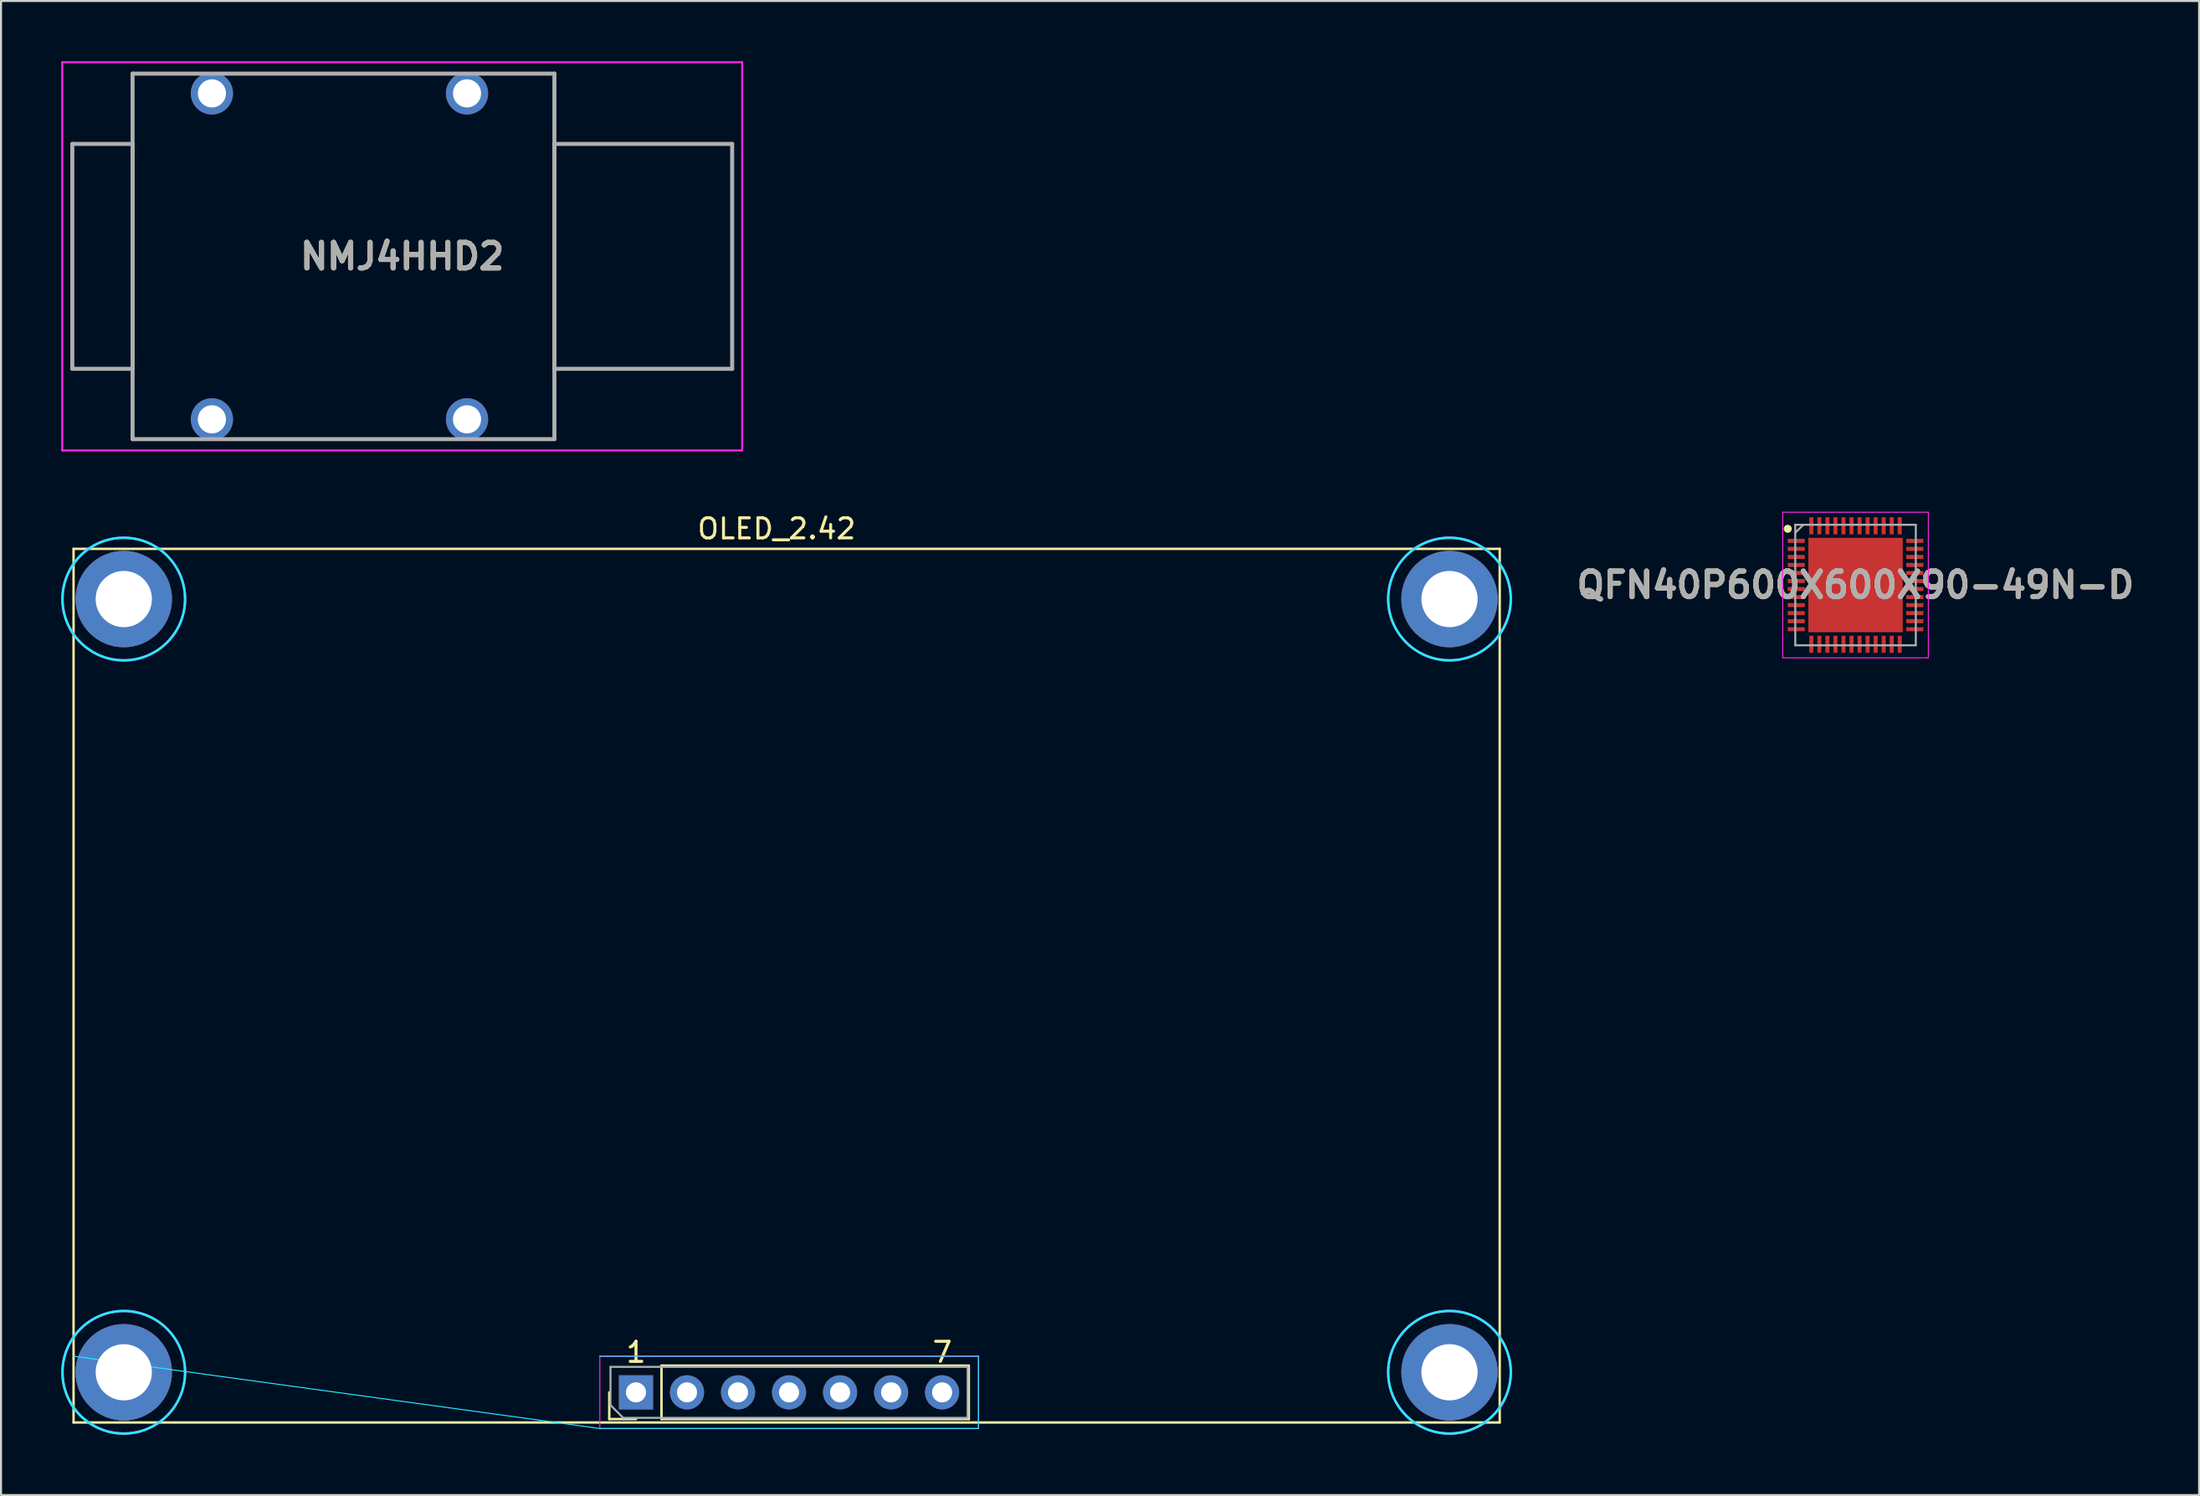
<source format=kicad_pcb>
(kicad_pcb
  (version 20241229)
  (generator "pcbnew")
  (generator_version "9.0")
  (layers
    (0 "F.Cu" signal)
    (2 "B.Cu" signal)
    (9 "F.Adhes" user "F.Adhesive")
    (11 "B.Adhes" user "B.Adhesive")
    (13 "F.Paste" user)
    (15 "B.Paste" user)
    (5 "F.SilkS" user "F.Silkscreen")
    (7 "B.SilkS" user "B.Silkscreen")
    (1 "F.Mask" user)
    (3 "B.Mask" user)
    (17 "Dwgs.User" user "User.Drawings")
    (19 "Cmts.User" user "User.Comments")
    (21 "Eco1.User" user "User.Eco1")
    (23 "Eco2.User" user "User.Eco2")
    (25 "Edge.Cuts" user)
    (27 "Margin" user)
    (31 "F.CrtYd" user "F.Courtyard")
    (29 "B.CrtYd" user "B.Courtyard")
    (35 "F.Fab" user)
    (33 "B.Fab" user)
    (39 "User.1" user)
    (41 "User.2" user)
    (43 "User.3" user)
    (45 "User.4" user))
  (footprint "NMJ4HHD2"
    (layer "F.Cu")
    (at 20.2 1.6)
    (property "Reference" "NMJ4HHD2" (at -3.225 8.115 0) (layer "F.SilkS") (effects (font (size 1.27 1.27) (thickness 0.254))))
    (attr through_hole)
    (fp_line (start -16.65 -0.985) (end -16.65 17.215) (stroke (width 0.1) (type solid)) (layer "F.SilkS"))
    (fp_line (start -16.65 17.215) (end -14.15 17.215) (stroke (width 0.1) (type solid)) (layer "F.SilkS"))
    (fp_line (start -14.15 -0.985) (end -16.65 -0.985) (stroke (width 0.1) (type solid)) (layer "F.SilkS"))
    (fp_line (start -11.15 -0.985) (end -1.65 -0.985) (stroke (width 0.1) (type solid)) (layer "F.SilkS"))
    (fp_line (start -11.15 17.215) (end -1.65 17.215) (stroke (width 0.1) (type solid)) (layer "F.SilkS"))
    (fp_line (start 1.35 -0.985) (end 4.35 -0.985) (stroke (width 0.1) (type solid)) (layer "F.SilkS"))
    (fp_line (start 4.35 -0.985) (end 4.35 17.215) (stroke (width 0.1) (type solid)) (layer "F.SilkS"))
    (fp_line (start 4.35 17.215) (end 1.35 17.215) (stroke (width 0.1) (type solid)) (layer "F.SilkS"))
    (fp_line (start -20.15 -1.55) (end 13.7 -1.55) (stroke (width 0.1) (type solid)) (layer "F.CrtYd"))
    (fp_line (start -20.15 17.78) (end -20.15 -1.55) (stroke (width 0.1) (type solid)) (layer "F.CrtYd"))
    (fp_line (start 13.7 -1.55) (end 13.7 17.78) (stroke (width 0.1) (type solid)) (layer "F.CrtYd"))
    (fp_line (start 13.7 17.78) (end -20.15 17.78) (stroke (width 0.1) (type solid)) (layer "F.CrtYd"))
    (fp_line (start -19.65 2.515) (end -19.65 13.715) (stroke (width 0.2) (type solid)) (layer "F.Fab"))
    (fp_line (start -19.65 13.715) (end -16.65 13.715) (stroke (width 0.2) (type solid)) (layer "F.Fab"))
    (fp_line (start -16.65 -0.985) (end 4.35 -0.985) (stroke (width 0.2) (type solid)) (layer "F.Fab"))
    (fp_line (start -16.65 2.515) (end -19.65 2.515) (stroke (width 0.2) (type solid)) (layer "F.Fab"))
    (fp_line (start -16.65 13.715) (end -16.65 2.515) (stroke (width 0.2) (type solid)) (layer "F.Fab"))
    (fp_line (start -16.65 17.215) (end -16.65 -0.985) (stroke (width 0.2) (type solid)) (layer "F.Fab"))
    (fp_line (start 4.35 -0.985) (end 4.35 17.215) (stroke (width 0.2) (type solid)) (layer "F.Fab"))
    (fp_line (start 4.35 2.515) (end 13.2 2.515) (stroke (width 0.2) (type solid)) (layer "F.Fab"))
    (fp_line (start 4.35 13.715) (end 4.35 2.515) (stroke (width 0.2) (type solid)) (layer "F.Fab"))
    (fp_line (start 4.35 17.215) (end -16.65 17.215) (stroke (width 0.2) (type solid)) (layer "F.Fab"))
    (fp_line (start 13.2 2.515) (end 13.2 13.715) (stroke (width 0.2) (type solid)) (layer "F.Fab"))
    (fp_line (start 13.2 13.715) (end 4.35 13.715) (stroke (width 0.2) (type solid)) (layer "F.Fab"))
    (fp_text user "${REFERENCE}" (at -3.225 8.115 0) (layer "F.Fab") (effects (font (size 1.27 1.27) (thickness 0.254))))
    (pad "S1" thru_hole circle (at 0 0) (size 2.1 2.1) (drill 1.4) (layers "*.Cu" "*.Mask"))
    (pad "SN1" thru_hole circle (at 0 16.23) (size 2.1 2.1) (drill 1.4) (layers "*.Cu" "*.Mask"))
    (pad "T1" thru_hole circle (at -12.7 0) (size 2.1 2.1) (drill 1.4) (layers "*.Cu" "*.Mask"))
    (pad "TN1" thru_hole circle (at -12.7 16.23) (size 2.1 2.1) (drill 1.4) (layers "*.Cu" "*.Mask")))
  (footprint "QFN40P600X600X90-49N-D"
    (layer "F.Cu")
    (at 89.326 26.08)
    (property "Reference" "QFN40P600X600X90-49N-D" (at 0 0 0) (layer "F.SilkS") (effects (font (size 1.27 1.27) (thickness 0.254))))
    (attr smd)
    (fp_circle (center -3.375 -2.8) (end -3.375 -2.7) (stroke (width 0.2) (type solid)) (fill no) (layer "F.SilkS"))
    (fp_line (start -3.625 -3.625) (end 3.625 -3.625) (stroke (width 0.05) (type solid)) (layer "F.CrtYd"))
    (fp_line (start -3.625 3.625) (end -3.625 -3.625) (stroke (width 0.05) (type solid)) (layer "F.CrtYd"))
    (fp_line (start 3.625 -3.625) (end 3.625 3.625) (stroke (width 0.05) (type solid)) (layer "F.CrtYd"))
    (fp_line (start 3.625 3.625) (end -3.625 3.625) (stroke (width 0.05) (type solid)) (layer "F.CrtYd"))
    (fp_line (start -3 -3) (end 3 -3) (stroke (width 0.1) (type solid)) (layer "F.Fab"))
    (fp_line (start -3 -2.6) (end -2.6 -3) (stroke (width 0.1) (type solid)) (layer "F.Fab"))
    (fp_line (start -3 3) (end -3 -3) (stroke (width 0.1) (type solid)) (layer "F.Fab"))
    (fp_line (start 3 -3) (end 3 3) (stroke (width 0.1) (type solid)) (layer "F.Fab"))
    (fp_line (start 3 3) (end -3 3) (stroke (width 0.1) (type solid)) (layer "F.Fab"))
    (fp_text user "${REFERENCE}" (at 0 0 0) (layer "F.Fab") (effects (font (size 1.27 1.27) (thickness 0.254))))
    (pad "1" smd rect (at -2.95 -2.2 90) (size 0.2 0.85) (layers "F.Cu" "F.Mask" "F.Paste"))
    (pad "2" smd rect (at -2.95 -1.8 90) (size 0.2 0.85) (layers "F.Cu" "F.Mask" "F.Paste"))
    (pad "3" smd rect (at -2.95 -1.4 90) (size 0.2 0.85) (layers "F.Cu" "F.Mask" "F.Paste"))
    (pad "4" smd rect (at -2.95 -1 90) (size 0.2 0.85) (layers "F.Cu" "F.Mask" "F.Paste"))
    (pad "5" smd rect (at -2.95 -0.6 90) (size 0.2 0.85) (layers "F.Cu" "F.Mask" "F.Paste"))
    (pad "6" smd rect (at -2.95 -0.2 90) (size 0.2 0.85) (layers "F.Cu" "F.Mask" "F.Paste"))
    (pad "7" smd rect (at -2.95 0.2 90) (size 0.2 0.85) (layers "F.Cu" "F.Mask" "F.Paste"))
    (pad "8" smd rect (at -2.95 0.6 90) (size 0.2 0.85) (layers "F.Cu" "F.Mask" "F.Paste"))
    (pad "9" smd rect (at -2.95 1 90) (size 0.2 0.85) (layers "F.Cu" "F.Mask" "F.Paste"))
    (pad "10" smd rect (at -2.95 1.4 90) (size 0.2 0.85) (layers "F.Cu" "F.Mask" "F.Paste"))
    (pad "11" smd rect (at -2.95 1.8 90) (size 0.2 0.85) (layers "F.Cu" "F.Mask" "F.Paste"))
    (pad "12" smd rect (at -2.95 2.2 90) (size 0.2 0.85) (layers "F.Cu" "F.Mask" "F.Paste"))
    (pad "13" smd rect (at -2.2 2.95) (size 0.2 0.85) (layers "F.Cu" "F.Mask" "F.Paste"))
    (pad "14" smd rect (at -1.8 2.95) (size 0.2 0.85) (layers "F.Cu" "F.Mask" "F.Paste"))
    (pad "15" smd rect (at -1.4 2.95) (size 0.2 0.85) (layers "F.Cu" "F.Mask" "F.Paste"))
    (pad "16" smd rect (at -1 2.95) (size 0.2 0.85) (layers "F.Cu" "F.Mask" "F.Paste"))
    (pad "17" smd rect (at -0.6 2.95) (size 0.2 0.85) (layers "F.Cu" "F.Mask" "F.Paste"))
    (pad "18" smd rect (at -0.2 2.95) (size 0.2 0.85) (layers "F.Cu" "F.Mask" "F.Paste"))
    (pad "19" smd rect (at 0.2 2.95) (size 0.2 0.85) (layers "F.Cu" "F.Mask" "F.Paste"))
    (pad "20" smd rect (at 0.6 2.95) (size 0.2 0.85) (layers "F.Cu" "F.Mask" "F.Paste"))
    (pad "21" smd rect (at 1 2.95) (size 0.2 0.85) (layers "F.Cu" "F.Mask" "F.Paste"))
    (pad "22" smd rect (at 1.4 2.95) (size 0.2 0.85) (layers "F.Cu" "F.Mask" "F.Paste"))
    (pad "23" smd rect (at 1.8 2.95) (size 0.2 0.85) (layers "F.Cu" "F.Mask" "F.Paste"))
    (pad "24" smd rect (at 2.2 2.95) (size 0.2 0.85) (layers "F.Cu" "F.Mask" "F.Paste"))
    (pad "25" smd rect (at 2.95 2.2 90) (size 0.2 0.85) (layers "F.Cu" "F.Mask" "F.Paste"))
    (pad "26" smd rect (at 2.95 1.8 90) (size 0.2 0.85) (layers "F.Cu" "F.Mask" "F.Paste"))
    (pad "27" smd rect (at 2.95 1.4 90) (size 0.2 0.85) (layers "F.Cu" "F.Mask" "F.Paste"))
    (pad "28" smd rect (at 2.95 1 90) (size 0.2 0.85) (layers "F.Cu" "F.Mask" "F.Paste"))
    (pad "29" smd rect (at 2.95 0.6 90) (size 0.2 0.85) (layers "F.Cu" "F.Mask" "F.Paste"))
    (pad "30" smd rect (at 2.95 0.2 90) (size 0.2 0.85) (layers "F.Cu" "F.Mask" "F.Paste"))
    (pad "31" smd rect (at 2.95 -0.2 90) (size 0.2 0.85) (layers "F.Cu" "F.Mask" "F.Paste"))
    (pad "32" smd rect (at 2.95 -0.6 90) (size 0.2 0.85) (layers "F.Cu" "F.Mask" "F.Paste"))
    (pad "33" smd rect (at 2.95 -1 90) (size 0.2 0.85) (layers "F.Cu" "F.Mask" "F.Paste"))
    (pad "34" smd rect (at 2.95 -1.4 90) (size 0.2 0.85) (layers "F.Cu" "F.Mask" "F.Paste"))
    (pad "35" smd rect (at 2.95 -1.8 90) (size 0.2 0.85) (layers "F.Cu" "F.Mask" "F.Paste"))
    (pad "36" smd rect (at 2.95 -2.2 90) (size 0.2 0.85) (layers "F.Cu" "F.Mask" "F.Paste"))
    (pad "37" smd rect (at 2.2 -2.95) (size 0.2 0.85) (layers "F.Cu" "F.Mask" "F.Paste"))
    (pad "38" smd rect (at 1.8 -2.95) (size 0.2 0.85) (layers "F.Cu" "F.Mask" "F.Paste"))
    (pad "39" smd rect (at 1.4 -2.95) (size 0.2 0.85) (layers "F.Cu" "F.Mask" "F.Paste"))
    (pad "40" smd rect (at 1 -2.95) (size 0.2 0.85) (layers "F.Cu" "F.Mask" "F.Paste"))
    (pad "41" smd rect (at 0.6 -2.95) (size 0.2 0.85) (layers "F.Cu" "F.Mask" "F.Paste"))
    (pad "42" smd rect (at 0.2 -2.95) (size 0.2 0.85) (layers "F.Cu" "F.Mask" "F.Paste"))
    (pad "43" smd rect (at -0.2 -2.95) (size 0.2 0.85) (layers "F.Cu" "F.Mask" "F.Paste"))
    (pad "44" smd rect (at -0.6 -2.95) (size 0.2 0.85) (layers "F.Cu" "F.Mask" "F.Paste"))
    (pad "45" smd rect (at -1 -2.95) (size 0.2 0.85) (layers "F.Cu" "F.Mask" "F.Paste"))
    (pad "46" smd rect (at -1.4 -2.95) (size 0.2 0.85) (layers "F.Cu" "F.Mask" "F.Paste"))
    (pad "47" smd rect (at -1.8 -2.95) (size 0.2 0.85) (layers "F.Cu" "F.Mask" "F.Paste"))
    (pad "48" smd rect (at -2.2 -2.95) (size 0.2 0.85) (layers "F.Cu" "F.Mask" "F.Paste"))
    (pad "49" smd rect (at 0 0) (size 4.7 4.7) (layers "F.Cu" "F.Mask" "F.Paste")))
  (footprint "OLED_2.42"
    (layer "F.Cu")
    (at 0.612 24.278)
    (property "Reference" "OLED_2.42" (at 35 -1 0) (layer "F.SilkS") (effects (font (size 1 1) (thickness 0.15))))
    (attr through_hole)
    (fp_line (start 0 0) (end 0 43.5) (stroke (width 0.12) (type solid)) (layer "F.SilkS"))
    (fp_line (start 0 0) (end 71 0) (stroke (width 0.12) (type solid)) (layer "F.SilkS"))
    (fp_line (start 0 43.5) (end 71 43.5) (stroke (width 0.12) (type solid)) (layer "F.SilkS"))
    (fp_line (start 26.67 43.33) (end 26.67 42) (stroke (width 0.12) (type solid)) (layer "F.SilkS"))
    (fp_line (start 28 43.33) (end 26.67 43.33) (stroke (width 0.12) (type solid)) (layer "F.SilkS"))
    (fp_line (start 29.27 40.67) (end 44.57 40.67) (stroke (width 0.12) (type solid)) (layer "F.SilkS"))
    (fp_line (start 29.27 43.33) (end 29.27 40.67) (stroke (width 0.12) (type solid)) (layer "F.SilkS"))
    (fp_line (start 29.27 43.33) (end 44.57 43.33) (stroke (width 0.12) (type solid)) (layer "F.SilkS"))
    (fp_line (start 44.57 43.33) (end 44.57 40.67) (stroke (width 0.12) (type solid)) (layer "F.SilkS"))
    (fp_line (start 71 0) (end 71 43.5) (stroke (width 0.12) (type solid)) (layer "F.SilkS"))
    (fp_line (start 0 40.2) (end 26.2 43.8) (stroke (width 0.05) (type solid)) (layer "B.CrtYd"))
    (fp_line (start 26.2 43.8) (end 45.05 43.8) (stroke (width 0.05) (type solid)) (layer "B.CrtYd"))
    (fp_line (start 45.05 40.2) (end 26.2 40.2) (stroke (width 0.05) (type solid)) (layer "B.CrtYd"))
    (fp_line (start 45.05 43.8) (end 45.05 40.2) (stroke (width 0.05) (type solid)) (layer "B.CrtYd"))
    (fp_circle (center 2.5 2.5) (end 5.552 2.5) (stroke (width 0.12) (type solid)) (fill no) (layer "B.CrtYd"))
    (fp_circle (center 2.5 41) (end 5.552 41) (stroke (width 0.12) (type solid)) (fill no) (layer "B.CrtYd"))
    (fp_circle (center 68.5 2.5) (end 71.552 2.5) (stroke (width 0.12) (type solid)) (fill no) (layer "B.CrtYd"))
    (fp_circle (center 68.5 41) (end 71.552 41) (stroke (width 0.12) (type solid)) (fill no) (layer "B.CrtYd"))
    (fp_line (start 26.2 40.2) (end 26.2 43.8) (stroke (width 0.05) (type solid)) (layer "F.CrtYd"))
    (fp_line (start 26.2 43.8) (end 45.05 43.8) (stroke (width 0.05) (type solid)) (layer "F.CrtYd"))
    (fp_line (start 45.05 40.2) (end 26.2 40.2) (stroke (width 0.05) (type solid)) (layer "F.CrtYd"))
    (fp_line (start 45.05 43.8) (end 45.05 40.2) (stroke (width 0.05) (type solid)) (layer "F.CrtYd"))
    (fp_circle (center 2.5 2.5) (end 5.552 2.5) (stroke (width 0.12) (type solid)) (fill no) (layer "F.CrtYd"))
    (fp_circle (center 2.5 41) (end 5.552 41) (stroke (width 0.12) (type solid)) (fill no) (layer "F.CrtYd"))
    (fp_circle (center 68.5 2.5) (end 71.552 2.5) (stroke (width 0.12) (type solid)) (fill no) (layer "F.CrtYd"))
    (fp_circle (center 68.5 41) (end 71.552 41) (stroke (width 0.12) (type solid)) (fill no) (layer "F.CrtYd"))
    (fp_line (start 26.73 40.73) (end 44.51 40.73) (stroke (width 0.1) (type solid)) (layer "F.Fab"))
    (fp_line (start 26.73 42.635) (end 26.73 40.73) (stroke (width 0.1) (type solid)) (layer "F.Fab"))
    (fp_line (start 27.365 43.27) (end 26.73 42.635) (stroke (width 0.1) (type solid)) (layer "F.Fab"))
    (fp_line (start 44.51 40.73) (end 44.51 43.27) (stroke (width 0.1) (type solid)) (layer "F.Fab"))
    (fp_line (start 44.51 43.27) (end 27.365 43.27) (stroke (width 0.1) (type solid)) (layer "F.Fab"))
    (fp_text user "1" (at 28 40 0) (layer "F.SilkS") (effects (font (size 1 1) (thickness 0.15))))
    (fp_text user "7" (at 43.25 40 0) (layer "F.SilkS") (effects (font (size 1 1) (thickness 0.15))))
    (pad "" thru_hole circle (at 2.5 2.5) (size 4.8 4.8) (drill 2.8) (layers "*.Cu" "*.Mask"))
    (pad "" thru_hole circle (at 2.5 41) (size 4.8 4.8) (drill 2.8) (layers "*.Cu" "*.Mask"))
    (pad "" thru_hole circle (at 68.5 2.5) (size 4.8 4.8) (drill 2.8) (layers "*.Cu" "*.Mask"))
    (pad "" thru_hole circle (at 68.5 41) (size 4.8 4.8) (drill 2.8) (layers "*.Cu" "*.Mask"))
    (pad "1" thru_hole rect (at 28 42 90) (size 1.7 1.7) (drill 1) (layers "*.Cu" "*.Mask"))
    (pad "2" thru_hole oval (at 30.54 42 90) (size 1.7 1.7) (drill 1) (layers "*.Cu" "*.Mask"))
    (pad "3" thru_hole oval (at 33.08 42 90) (size 1.7 1.7) (drill 1) (layers "*.Cu" "*.Mask"))
    (pad "4" thru_hole oval (at 35.62 42 90) (size 1.7 1.7) (drill 1) (layers "*.Cu" "*.Mask"))
    (pad "5" thru_hole oval (at 38.16 42 90) (size 1.7 1.7) (drill 1) (layers "*.Cu" "*.Mask"))
    (pad "6" thru_hole oval (at 40.7 42 90) (size 1.7 1.7) (drill 1) (layers "*.Cu" "*.Mask"))
    (pad "7" thru_hole oval (at 43.24 42 90) (size 1.7 1.7) (drill 1) (layers "*.Cu" "*.Mask")))
  (gr_rect
    (start -3 -3)
    (end 106.429 71.39)
    (stroke (width 0.1) (type default))
    (fill no)
    (layer "Edge.Cuts")))
</source>
